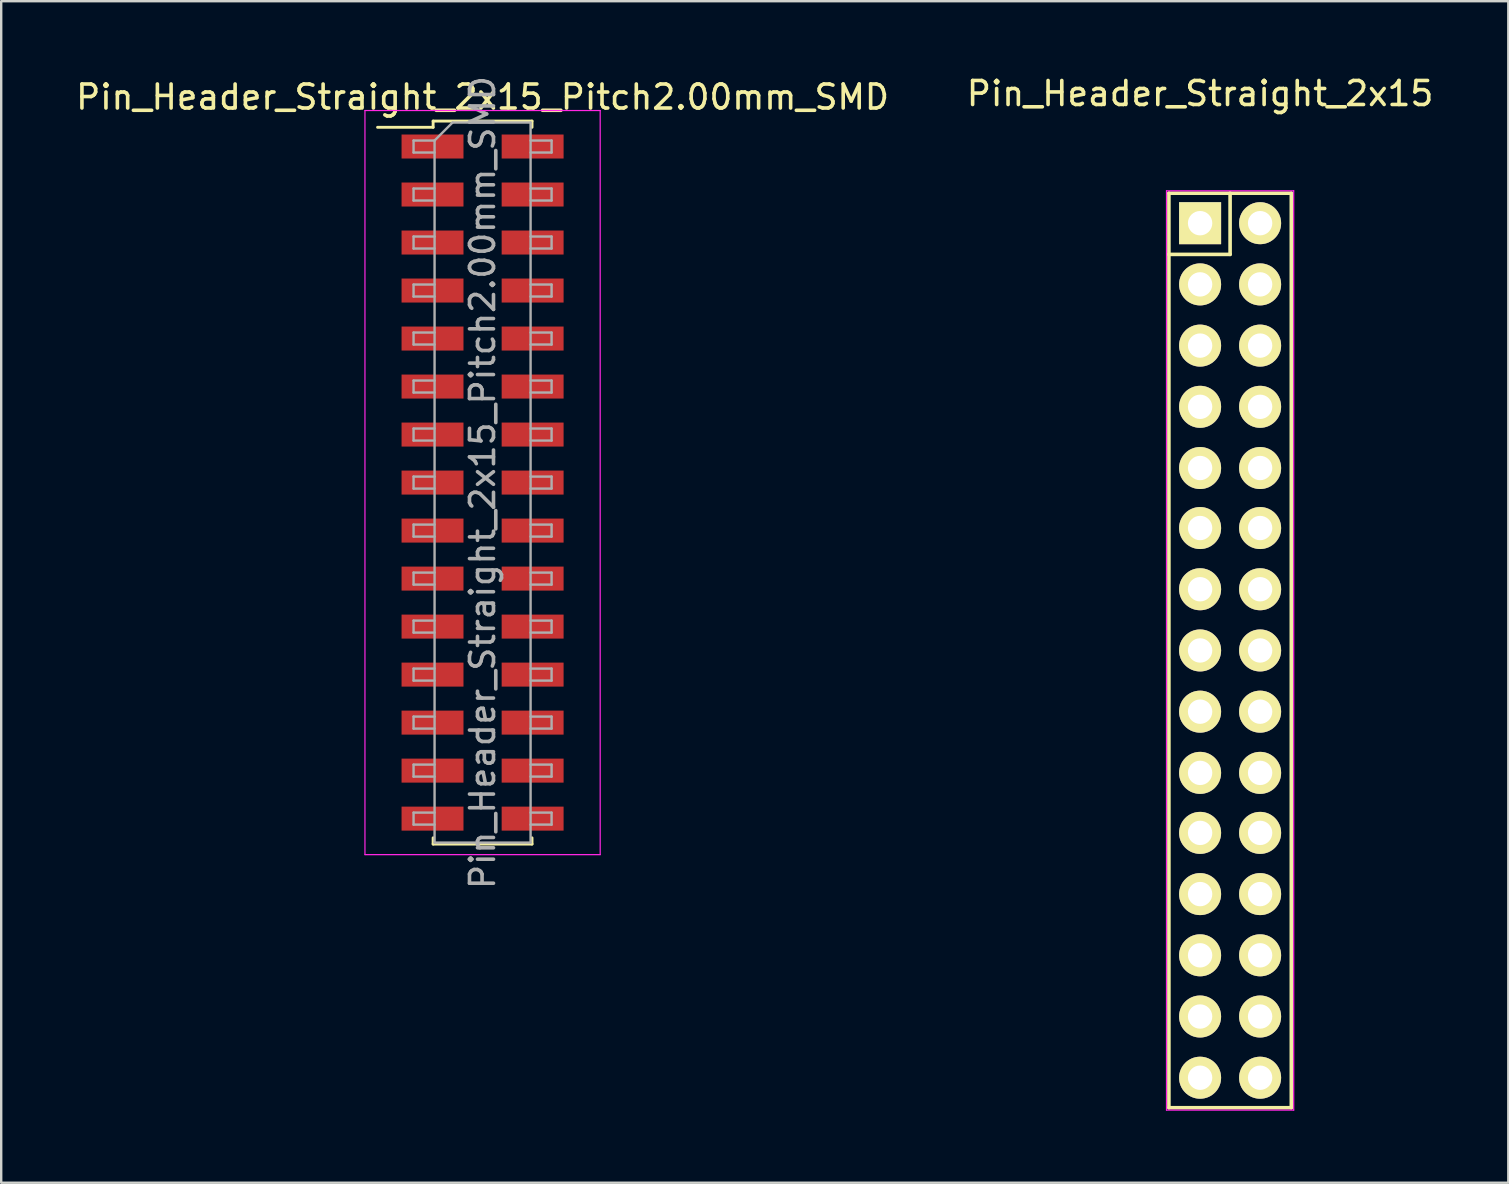
<source format=kicad_pcb>
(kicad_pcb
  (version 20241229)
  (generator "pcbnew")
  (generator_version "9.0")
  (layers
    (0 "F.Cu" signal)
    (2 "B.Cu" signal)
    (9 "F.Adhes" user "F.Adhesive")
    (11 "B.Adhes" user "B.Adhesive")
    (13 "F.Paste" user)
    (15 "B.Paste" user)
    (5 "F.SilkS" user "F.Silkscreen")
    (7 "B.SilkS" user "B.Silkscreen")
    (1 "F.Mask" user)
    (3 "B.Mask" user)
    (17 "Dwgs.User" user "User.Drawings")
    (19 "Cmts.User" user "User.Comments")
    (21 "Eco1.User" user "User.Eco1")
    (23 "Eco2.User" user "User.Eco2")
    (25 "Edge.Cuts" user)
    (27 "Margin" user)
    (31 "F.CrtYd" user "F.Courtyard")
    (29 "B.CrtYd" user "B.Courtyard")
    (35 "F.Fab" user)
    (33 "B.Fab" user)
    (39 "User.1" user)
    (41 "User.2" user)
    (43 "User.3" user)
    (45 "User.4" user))
  (footprint "Pin_Header_Straight_2x15"
    (layer "F.Cu")
    (at 46.946 6.248)
    (property "Reference" "Pin_Header_Straight_2x15" (at 0 -5.4 0) (layer "F.SilkS") (effects (font (size 1 1) (thickness 0.15))))
    (attr through_hole)
    (fp_line (start -1.3 -1.25) (end -1.3 1.3) (stroke (width 0.15) (type solid)) (layer "F.SilkS"))
    (fp_line (start -1.3 -1.25) (end 1.25 -1.25) (stroke (width 0.15) (type solid)) (layer "F.SilkS"))
    (fp_line (start -1.3 1.3) (end -1.3 36.85) (stroke (width 0.15) (type solid)) (layer "F.SilkS"))
    (fp_line (start 1.25 -1.25) (end 1.25 1.3) (stroke (width 0.15) (type solid)) (layer "F.SilkS"))
    (fp_line (start 1.25 1.3) (end -1.3 1.3) (stroke (width 0.15) (type solid)) (layer "F.SilkS"))
    (fp_line (start 3.8 -1.25) (end 1.25 -1.25) (stroke (width 0.15) (type solid)) (layer "F.SilkS"))
    (fp_line (start 3.8 36.85) (end -1.3 36.85) (stroke (width 0.15) (type solid)) (layer "F.SilkS"))
    (fp_line (start 3.8 36.85) (end 3.8 -1.25) (stroke (width 0.15) (type solid)) (layer "F.SilkS"))
    (fp_line (start -1.4 -1.35) (end -1.4 36.95) (stroke (width 0.05) (type solid)) (layer "F.CrtYd"))
    (fp_line (start -1.4 -1.35) (end 3.9 -1.35) (stroke (width 0.05) (type solid)) (layer "F.CrtYd"))
    (fp_line (start -1.4 36.95) (end 3.9 36.95) (stroke (width 0.05) (type solid)) (layer "F.CrtYd"))
    (fp_line (start 3.9 -1.35) (end 3.9 36.95) (stroke (width 0.05) (type solid)) (layer "F.CrtYd"))
    (pad "1" thru_hole rect (at 0 0) (size 1.75 1.75) (drill 1.016) (layers "*.Cu" "*.Mask" "F.SilkS"))
    (pad "2" thru_hole oval (at 2.5 0) (size 1.75 1.75) (drill 1.016) (layers "*.Cu" "*.Mask" "F.SilkS"))
    (pad "3" thru_hole oval (at 0 2.55) (size 1.75 1.75) (drill 1.016) (layers "*.Cu" "*.Mask" "F.SilkS"))
    (pad "4" thru_hole oval (at 2.5 2.55) (size 1.75 1.75) (drill 1.016) (layers "*.Cu" "*.Mask" "F.SilkS"))
    (pad "5" thru_hole oval (at 0 5.1) (size 1.75 1.75) (drill 1.016) (layers "*.Cu" "*.Mask" "F.SilkS"))
    (pad "6" thru_hole oval (at 2.5 5.1) (size 1.75 1.75) (drill 1.016) (layers "*.Cu" "*.Mask" "F.SilkS"))
    (pad "7" thru_hole oval (at 0 7.65) (size 1.75 1.75) (drill 1.016) (layers "*.Cu" "*.Mask" "F.SilkS"))
    (pad "8" thru_hole oval (at 2.5 7.65) (size 1.75 1.75) (drill 1.016) (layers "*.Cu" "*.Mask" "F.SilkS"))
    (pad "9" thru_hole oval (at 0 10.2) (size 1.75 1.75) (drill 1.016) (layers "*.Cu" "*.Mask" "F.SilkS"))
    (pad "10" thru_hole oval (at 2.5 10.2) (size 1.75 1.75) (drill 1.016) (layers "*.Cu" "*.Mask" "F.SilkS"))
    (pad "11" thru_hole oval (at 0 12.7) (size 1.75 1.75) (drill 1.016) (layers "*.Cu" "*.Mask" "F.SilkS"))
    (pad "12" thru_hole oval (at 2.5 12.7) (size 1.75 1.75) (drill 1.016) (layers "*.Cu" "*.Mask" "F.SilkS"))
    (pad "13" thru_hole oval (at 0 15.25) (size 1.75 1.75) (drill 1.016) (layers "*.Cu" "*.Mask" "F.SilkS"))
    (pad "14" thru_hole oval (at 2.5 15.25) (size 1.75 1.75) (drill 1.016) (layers "*.Cu" "*.Mask" "F.SilkS"))
    (pad "15" thru_hole oval (at 0 17.8) (size 1.75 1.75) (drill 1.016) (layers "*.Cu" "*.Mask" "F.SilkS"))
    (pad "16" thru_hole oval (at 2.5 17.8) (size 1.75 1.75) (drill 1.016) (layers "*.Cu" "*.Mask" "F.SilkS"))
    (pad "17" thru_hole oval (at 0 20.35) (size 1.75 1.75) (drill 1.016) (layers "*.Cu" "*.Mask" "F.SilkS"))
    (pad "18" thru_hole oval (at 2.5 20.35) (size 1.75 1.75) (drill 1.016) (layers "*.Cu" "*.Mask" "F.SilkS"))
    (pad "19" thru_hole oval (at 0 22.9) (size 1.75 1.75) (drill 1.016) (layers "*.Cu" "*.Mask" "F.SilkS"))
    (pad "20" thru_hole oval (at 2.5 22.9) (size 1.75 1.75) (drill 1.016) (layers "*.Cu" "*.Mask" "F.SilkS"))
    (pad "21" thru_hole oval (at 0 25.4) (size 1.75 1.75) (drill 1.016) (layers "*.Cu" "*.Mask" "F.SilkS"))
    (pad "22" thru_hole oval (at 2.5 25.4) (size 1.75 1.75) (drill 1.016) (layers "*.Cu" "*.Mask" "F.SilkS"))
    (pad "23" thru_hole oval (at 0 27.95) (size 1.75 1.75) (drill 1.016) (layers "*.Cu" "*.Mask" "F.SilkS"))
    (pad "24" thru_hole oval (at 2.5 27.95) (size 1.75 1.75) (drill 1.016) (layers "*.Cu" "*.Mask" "F.SilkS"))
    (pad "25" thru_hole oval (at 0 30.5) (size 1.75 1.75) (drill 1.016) (layers "*.Cu" "*.Mask" "F.SilkS"))
    (pad "26" thru_hole oval (at 2.5 30.5) (size 1.75 1.75) (drill 1.016) (layers "*.Cu" "*.Mask" "F.SilkS"))
    (pad "27" thru_hole oval (at 0 33.05) (size 1.75 1.75) (drill 1.016) (layers "*.Cu" "*.Mask" "F.SilkS"))
    (pad "28" thru_hole oval (at 2.5 33.05) (size 1.75 1.75) (drill 1.016) (layers "*.Cu" "*.Mask" "F.SilkS"))
    (pad "29" thru_hole oval (at 0 35.6) (size 1.75 1.75) (drill 1.016) (layers "*.Cu" "*.Mask" "F.SilkS"))
    (pad "30" thru_hole oval (at 2.5 35.6) (size 1.75 1.75) (drill 1.016) (layers "*.Cu" "*.Mask" "F.SilkS")))
  (footprint "Pin_Header_Straight_2x15_Pitch2.00mm_SMD"
    (layer "F.Cu")
    (at 17.054 17.054)
    (property "Reference" "Pin_Header_Straight_2x15_Pitch2.00mm_SMD" (at 0 -16.06 0) (layer "F.SilkS") (effects (font (size 1 1) (thickness 0.15))))
    (attr smd)
    (fp_line (start -4.375 -14.8) (end -2.06 -14.8) (stroke (width 0.12) (type solid)) (layer "F.SilkS"))
    (fp_line (start -2.06 -15.06) (end 2.06 -15.06) (stroke (width 0.12) (type solid)) (layer "F.SilkS"))
    (fp_line (start -2.06 -14.8) (end -2.06 -15.06) (stroke (width 0.12) (type solid)) (layer "F.SilkS"))
    (fp_line (start -2.06 14.8) (end -2.06 15.06) (stroke (width 0.12) (type solid)) (layer "F.SilkS"))
    (fp_line (start -2.06 15.06) (end 2.06 15.06) (stroke (width 0.12) (type solid)) (layer "F.SilkS"))
    (fp_line (start 2.06 -15.06) (end 2.06 -14.8) (stroke (width 0.12) (type solid)) (layer "F.SilkS"))
    (fp_line (start 2.06 15.06) (end 2.06 14.8) (stroke (width 0.12) (type solid)) (layer "F.SilkS"))
    (fp_line (start -4.9 -15.5) (end -4.9 15.5) (stroke (width 0.05) (type solid)) (layer "F.CrtYd"))
    (fp_line (start -4.9 15.5) (end 4.9 15.5) (stroke (width 0.05) (type solid)) (layer "F.CrtYd"))
    (fp_line (start 4.9 -15.5) (end -4.9 -15.5) (stroke (width 0.05) (type solid)) (layer "F.CrtYd"))
    (fp_line (start 4.9 15.5) (end 4.9 -15.5) (stroke (width 0.05) (type solid)) (layer "F.CrtYd"))
    (fp_line (start -2.875 -14.25) (end -2.875 -13.75) (stroke (width 0.1) (type solid)) (layer "F.Fab"))
    (fp_line (start -2.875 -13.75) (end -2 -13.75) (stroke (width 0.1) (type solid)) (layer "F.Fab"))
    (fp_line (start -2.875 -12.25) (end -2.875 -11.75) (stroke (width 0.1) (type solid)) (layer "F.Fab"))
    (fp_line (start -2.875 -11.75) (end -2 -11.75) (stroke (width 0.1) (type solid)) (layer "F.Fab"))
    (fp_line (start -2.875 -10.25) (end -2.875 -9.75) (stroke (width 0.1) (type solid)) (layer "F.Fab"))
    (fp_line (start -2.875 -9.75) (end -2 -9.75) (stroke (width 0.1) (type solid)) (layer "F.Fab"))
    (fp_line (start -2.875 -8.25) (end -2.875 -7.75) (stroke (width 0.1) (type solid)) (layer "F.Fab"))
    (fp_line (start -2.875 -7.75) (end -2 -7.75) (stroke (width 0.1) (type solid)) (layer "F.Fab"))
    (fp_line (start -2.875 -6.25) (end -2.875 -5.75) (stroke (width 0.1) (type solid)) (layer "F.Fab"))
    (fp_line (start -2.875 -5.75) (end -2 -5.75) (stroke (width 0.1) (type solid)) (layer "F.Fab"))
    (fp_line (start -2.875 -4.25) (end -2.875 -3.75) (stroke (width 0.1) (type solid)) (layer "F.Fab"))
    (fp_line (start -2.875 -3.75) (end -2 -3.75) (stroke (width 0.1) (type solid)) (layer "F.Fab"))
    (fp_line (start -2.875 -2.25) (end -2.875 -1.75) (stroke (width 0.1) (type solid)) (layer "F.Fab"))
    (fp_line (start -2.875 -1.75) (end -2 -1.75) (stroke (width 0.1) (type solid)) (layer "F.Fab"))
    (fp_line (start -2.875 -0.25) (end -2.875 0.25) (stroke (width 0.1) (type solid)) (layer "F.Fab"))
    (fp_line (start -2.875 0.25) (end -2 0.25) (stroke (width 0.1) (type solid)) (layer "F.Fab"))
    (fp_line (start -2.875 1.75) (end -2.875 2.25) (stroke (width 0.1) (type solid)) (layer "F.Fab"))
    (fp_line (start -2.875 2.25) (end -2 2.25) (stroke (width 0.1) (type solid)) (layer "F.Fab"))
    (fp_line (start -2.875 3.75) (end -2.875 4.25) (stroke (width 0.1) (type solid)) (layer "F.Fab"))
    (fp_line (start -2.875 4.25) (end -2 4.25) (stroke (width 0.1) (type solid)) (layer "F.Fab"))
    (fp_line (start -2.875 5.75) (end -2.875 6.25) (stroke (width 0.1) (type solid)) (layer "F.Fab"))
    (fp_line (start -2.875 6.25) (end -2 6.25) (stroke (width 0.1) (type solid)) (layer "F.Fab"))
    (fp_line (start -2.875 7.75) (end -2.875 8.25) (stroke (width 0.1) (type solid)) (layer "F.Fab"))
    (fp_line (start -2.875 8.25) (end -2 8.25) (stroke (width 0.1) (type solid)) (layer "F.Fab"))
    (fp_line (start -2.875 9.75) (end -2.875 10.25) (stroke (width 0.1) (type solid)) (layer "F.Fab"))
    (fp_line (start -2.875 10.25) (end -2 10.25) (stroke (width 0.1) (type solid)) (layer "F.Fab"))
    (fp_line (start -2.875 11.75) (end -2.875 12.25) (stroke (width 0.1) (type solid)) (layer "F.Fab"))
    (fp_line (start -2.875 12.25) (end -2 12.25) (stroke (width 0.1) (type solid)) (layer "F.Fab"))
    (fp_line (start -2.875 13.75) (end -2.875 14.25) (stroke (width 0.1) (type solid)) (layer "F.Fab"))
    (fp_line (start -2.875 14.25) (end -2 14.25) (stroke (width 0.1) (type solid)) (layer "F.Fab"))
    (fp_line (start -2 -14.25) (end -2.875 -14.25) (stroke (width 0.1) (type solid)) (layer "F.Fab"))
    (fp_line (start -2 -14.25) (end -1.25 -15) (stroke (width 0.1) (type solid)) (layer "F.Fab"))
    (fp_line (start -2 -12.25) (end -2.875 -12.25) (stroke (width 0.1) (type solid)) (layer "F.Fab"))
    (fp_line (start -2 -10.25) (end -2.875 -10.25) (stroke (width 0.1) (type solid)) (layer "F.Fab"))
    (fp_line (start -2 -8.25) (end -2.875 -8.25) (stroke (width 0.1) (type solid)) (layer "F.Fab"))
    (fp_line (start -2 -6.25) (end -2.875 -6.25) (stroke (width 0.1) (type solid)) (layer "F.Fab"))
    (fp_line (start -2 -4.25) (end -2.875 -4.25) (stroke (width 0.1) (type solid)) (layer "F.Fab"))
    (fp_line (start -2 -2.25) (end -2.875 -2.25) (stroke (width 0.1) (type solid)) (layer "F.Fab"))
    (fp_line (start -2 -0.25) (end -2.875 -0.25) (stroke (width 0.1) (type solid)) (layer "F.Fab"))
    (fp_line (start -2 1.75) (end -2.875 1.75) (stroke (width 0.1) (type solid)) (layer "F.Fab"))
    (fp_line (start -2 3.75) (end -2.875 3.75) (stroke (width 0.1) (type solid)) (layer "F.Fab"))
    (fp_line (start -2 5.75) (end -2.875 5.75) (stroke (width 0.1) (type solid)) (layer "F.Fab"))
    (fp_line (start -2 7.75) (end -2.875 7.75) (stroke (width 0.1) (type solid)) (layer "F.Fab"))
    (fp_line (start -2 9.75) (end -2.875 9.75) (stroke (width 0.1) (type solid)) (layer "F.Fab"))
    (fp_line (start -2 11.75) (end -2.875 11.75) (stroke (width 0.1) (type solid)) (layer "F.Fab"))
    (fp_line (start -2 13.75) (end -2.875 13.75) (stroke (width 0.1) (type solid)) (layer "F.Fab"))
    (fp_line (start -2 15) (end -2 -14.25) (stroke (width 0.1) (type solid)) (layer "F.Fab"))
    (fp_line (start -1.25 -15) (end 2 -15) (stroke (width 0.1) (type solid)) (layer "F.Fab"))
    (fp_line (start 2 -15) (end 2 15) (stroke (width 0.1) (type solid)) (layer "F.Fab"))
    (fp_line (start 2 -14.25) (end 2.875 -14.25) (stroke (width 0.1) (type solid)) (layer "F.Fab"))
    (fp_line (start 2 -12.25) (end 2.875 -12.25) (stroke (width 0.1) (type solid)) (layer "F.Fab"))
    (fp_line (start 2 -10.25) (end 2.875 -10.25) (stroke (width 0.1) (type solid)) (layer "F.Fab"))
    (fp_line (start 2 -8.25) (end 2.875 -8.25) (stroke (width 0.1) (type solid)) (layer "F.Fab"))
    (fp_line (start 2 -6.25) (end 2.875 -6.25) (stroke (width 0.1) (type solid)) (layer "F.Fab"))
    (fp_line (start 2 -4.25) (end 2.875 -4.25) (stroke (width 0.1) (type solid)) (layer "F.Fab"))
    (fp_line (start 2 -2.25) (end 2.875 -2.25) (stroke (width 0.1) (type solid)) (layer "F.Fab"))
    (fp_line (start 2 -0.25) (end 2.875 -0.25) (stroke (width 0.1) (type solid)) (layer "F.Fab"))
    (fp_line (start 2 1.75) (end 2.875 1.75) (stroke (width 0.1) (type solid)) (layer "F.Fab"))
    (fp_line (start 2 3.75) (end 2.875 3.75) (stroke (width 0.1) (type solid)) (layer "F.Fab"))
    (fp_line (start 2 5.75) (end 2.875 5.75) (stroke (width 0.1) (type solid)) (layer "F.Fab"))
    (fp_line (start 2 7.75) (end 2.875 7.75) (stroke (width 0.1) (type solid)) (layer "F.Fab"))
    (fp_line (start 2 9.75) (end 2.875 9.75) (stroke (width 0.1) (type solid)) (layer "F.Fab"))
    (fp_line (start 2 11.75) (end 2.875 11.75) (stroke (width 0.1) (type solid)) (layer "F.Fab"))
    (fp_line (start 2 13.75) (end 2.875 13.75) (stroke (width 0.1) (type solid)) (layer "F.Fab"))
    (fp_line (start 2 15) (end -2 15) (stroke (width 0.1) (type solid)) (layer "F.Fab"))
    (fp_line (start 2.875 -14.25) (end 2.875 -13.75) (stroke (width 0.1) (type solid)) (layer "F.Fab"))
    (fp_line (start 2.875 -13.75) (end 2 -13.75) (stroke (width 0.1) (type solid)) (layer "F.Fab"))
    (fp_line (start 2.875 -12.25) (end 2.875 -11.75) (stroke (width 0.1) (type solid)) (layer "F.Fab"))
    (fp_line (start 2.875 -11.75) (end 2 -11.75) (stroke (width 0.1) (type solid)) (layer "F.Fab"))
    (fp_line (start 2.875 -10.25) (end 2.875 -9.75) (stroke (width 0.1) (type solid)) (layer "F.Fab"))
    (fp_line (start 2.875 -9.75) (end 2 -9.75) (stroke (width 0.1) (type solid)) (layer "F.Fab"))
    (fp_line (start 2.875 -8.25) (end 2.875 -7.75) (stroke (width 0.1) (type solid)) (layer "F.Fab"))
    (fp_line (start 2.875 -7.75) (end 2 -7.75) (stroke (width 0.1) (type solid)) (layer "F.Fab"))
    (fp_line (start 2.875 -6.25) (end 2.875 -5.75) (stroke (width 0.1) (type solid)) (layer "F.Fab"))
    (fp_line (start 2.875 -5.75) (end 2 -5.75) (stroke (width 0.1) (type solid)) (layer "F.Fab"))
    (fp_line (start 2.875 -4.25) (end 2.875 -3.75) (stroke (width 0.1) (type solid)) (layer "F.Fab"))
    (fp_line (start 2.875 -3.75) (end 2 -3.75) (stroke (width 0.1) (type solid)) (layer "F.Fab"))
    (fp_line (start 2.875 -2.25) (end 2.875 -1.75) (stroke (width 0.1) (type solid)) (layer "F.Fab"))
    (fp_line (start 2.875 -1.75) (end 2 -1.75) (stroke (width 0.1) (type solid)) (layer "F.Fab"))
    (fp_line (start 2.875 -0.25) (end 2.875 0.25) (stroke (width 0.1) (type solid)) (layer "F.Fab"))
    (fp_line (start 2.875 0.25) (end 2 0.25) (stroke (width 0.1) (type solid)) (layer "F.Fab"))
    (fp_line (start 2.875 1.75) (end 2.875 2.25) (stroke (width 0.1) (type solid)) (layer "F.Fab"))
    (fp_line (start 2.875 2.25) (end 2 2.25) (stroke (width 0.1) (type solid)) (layer "F.Fab"))
    (fp_line (start 2.875 3.75) (end 2.875 4.25) (stroke (width 0.1) (type solid)) (layer "F.Fab"))
    (fp_line (start 2.875 4.25) (end 2 4.25) (stroke (width 0.1) (type solid)) (layer "F.Fab"))
    (fp_line (start 2.875 5.75) (end 2.875 6.25) (stroke (width 0.1) (type solid)) (layer "F.Fab"))
    (fp_line (start 2.875 6.25) (end 2 6.25) (stroke (width 0.1) (type solid)) (layer "F.Fab"))
    (fp_line (start 2.875 7.75) (end 2.875 8.25) (stroke (width 0.1) (type solid)) (layer "F.Fab"))
    (fp_line (start 2.875 8.25) (end 2 8.25) (stroke (width 0.1) (type solid)) (layer "F.Fab"))
    (fp_line (start 2.875 9.75) (end 2.875 10.25) (stroke (width 0.1) (type solid)) (layer "F.Fab"))
    (fp_line (start 2.875 10.25) (end 2 10.25) (stroke (width 0.1) (type solid)) (layer "F.Fab"))
    (fp_line (start 2.875 11.75) (end 2.875 12.25) (stroke (width 0.1) (type solid)) (layer "F.Fab"))
    (fp_line (start 2.875 12.25) (end 2 12.25) (stroke (width 0.1) (type solid)) (layer "F.Fab"))
    (fp_line (start 2.875 13.75) (end 2.875 14.25) (stroke (width 0.1) (type solid)) (layer "F.Fab"))
    (fp_line (start 2.875 14.25) (end 2 14.25) (stroke (width 0.1) (type solid)) (layer "F.Fab"))
    (fp_text user "${REFERENCE}" (at 0 0 90) (layer "F.Fab") (effects (font (size 1 1) (thickness 0.15))))
    (pad "1" smd rect (at -2.085 -14) (size 2.58 1) (layers "F.Cu" "F.Mask" "F.Paste"))
    (pad "2" smd rect (at 2.085 -14) (size 2.58 1) (layers "F.Cu" "F.Mask" "F.Paste"))
    (pad "3" smd rect (at -2.085 -12) (size 2.58 1) (layers "F.Cu" "F.Mask" "F.Paste"))
    (pad "4" smd rect (at 2.085 -12) (size 2.58 1) (layers "F.Cu" "F.Mask" "F.Paste"))
    (pad "5" smd rect (at -2.085 -10) (size 2.58 1) (layers "F.Cu" "F.Mask" "F.Paste"))
    (pad "6" smd rect (at 2.085 -10) (size 2.58 1) (layers "F.Cu" "F.Mask" "F.Paste"))
    (pad "7" smd rect (at -2.085 -8) (size 2.58 1) (layers "F.Cu" "F.Mask" "F.Paste"))
    (pad "8" smd rect (at 2.085 -8) (size 2.58 1) (layers "F.Cu" "F.Mask" "F.Paste"))
    (pad "9" smd rect (at -2.085 -6) (size 2.58 1) (layers "F.Cu" "F.Mask" "F.Paste"))
    (pad "10" smd rect (at 2.085 -6) (size 2.58 1) (layers "F.Cu" "F.Mask" "F.Paste"))
    (pad "11" smd rect (at -2.085 -4) (size 2.58 1) (layers "F.Cu" "F.Mask" "F.Paste"))
    (pad "12" smd rect (at 2.085 -4) (size 2.58 1) (layers "F.Cu" "F.Mask" "F.Paste"))
    (pad "13" smd rect (at -2.085 -2) (size 2.58 1) (layers "F.Cu" "F.Mask" "F.Paste"))
    (pad "14" smd rect (at 2.085 -2) (size 2.58 1) (layers "F.Cu" "F.Mask" "F.Paste"))
    (pad "15" smd rect (at -2.085 0) (size 2.58 1) (layers "F.Cu" "F.Mask" "F.Paste"))
    (pad "16" smd rect (at 2.085 0) (size 2.58 1) (layers "F.Cu" "F.Mask" "F.Paste"))
    (pad "17" smd rect (at -2.085 2) (size 2.58 1) (layers "F.Cu" "F.Mask" "F.Paste"))
    (pad "18" smd rect (at 2.085 2) (size 2.58 1) (layers "F.Cu" "F.Mask" "F.Paste"))
    (pad "19" smd rect (at -2.085 4) (size 2.58 1) (layers "F.Cu" "F.Mask" "F.Paste"))
    (pad "20" smd rect (at 2.085 4) (size 2.58 1) (layers "F.Cu" "F.Mask" "F.Paste"))
    (pad "21" smd rect (at -2.085 6) (size 2.58 1) (layers "F.Cu" "F.Mask" "F.Paste"))
    (pad "22" smd rect (at 2.085 6) (size 2.58 1) (layers "F.Cu" "F.Mask" "F.Paste"))
    (pad "23" smd rect (at -2.085 8) (size 2.58 1) (layers "F.Cu" "F.Mask" "F.Paste"))
    (pad "24" smd rect (at 2.085 8) (size 2.58 1) (layers "F.Cu" "F.Mask" "F.Paste"))
    (pad "25" smd rect (at -2.085 10) (size 2.58 1) (layers "F.Cu" "F.Mask" "F.Paste"))
    (pad "26" smd rect (at 2.085 10) (size 2.58 1) (layers "F.Cu" "F.Mask" "F.Paste"))
    (pad "27" smd rect (at -2.085 12) (size 2.58 1) (layers "F.Cu" "F.Mask" "F.Paste"))
    (pad "28" smd rect (at 2.085 12) (size 2.58 1) (layers "F.Cu" "F.Mask" "F.Paste"))
    (pad "29" smd rect (at -2.085 14) (size 2.58 1) (layers "F.Cu" "F.Mask" "F.Paste"))
    (pad "30" smd rect (at 2.085 14) (size 2.58 1) (layers "F.Cu" "F.Mask" "F.Paste")))
  (gr_rect
    (start -3 -3)
    (end 59.786 46.223)
    (stroke (width 0.1) (type default))
    (fill no)
    (layer "Edge.Cuts")))
</source>
